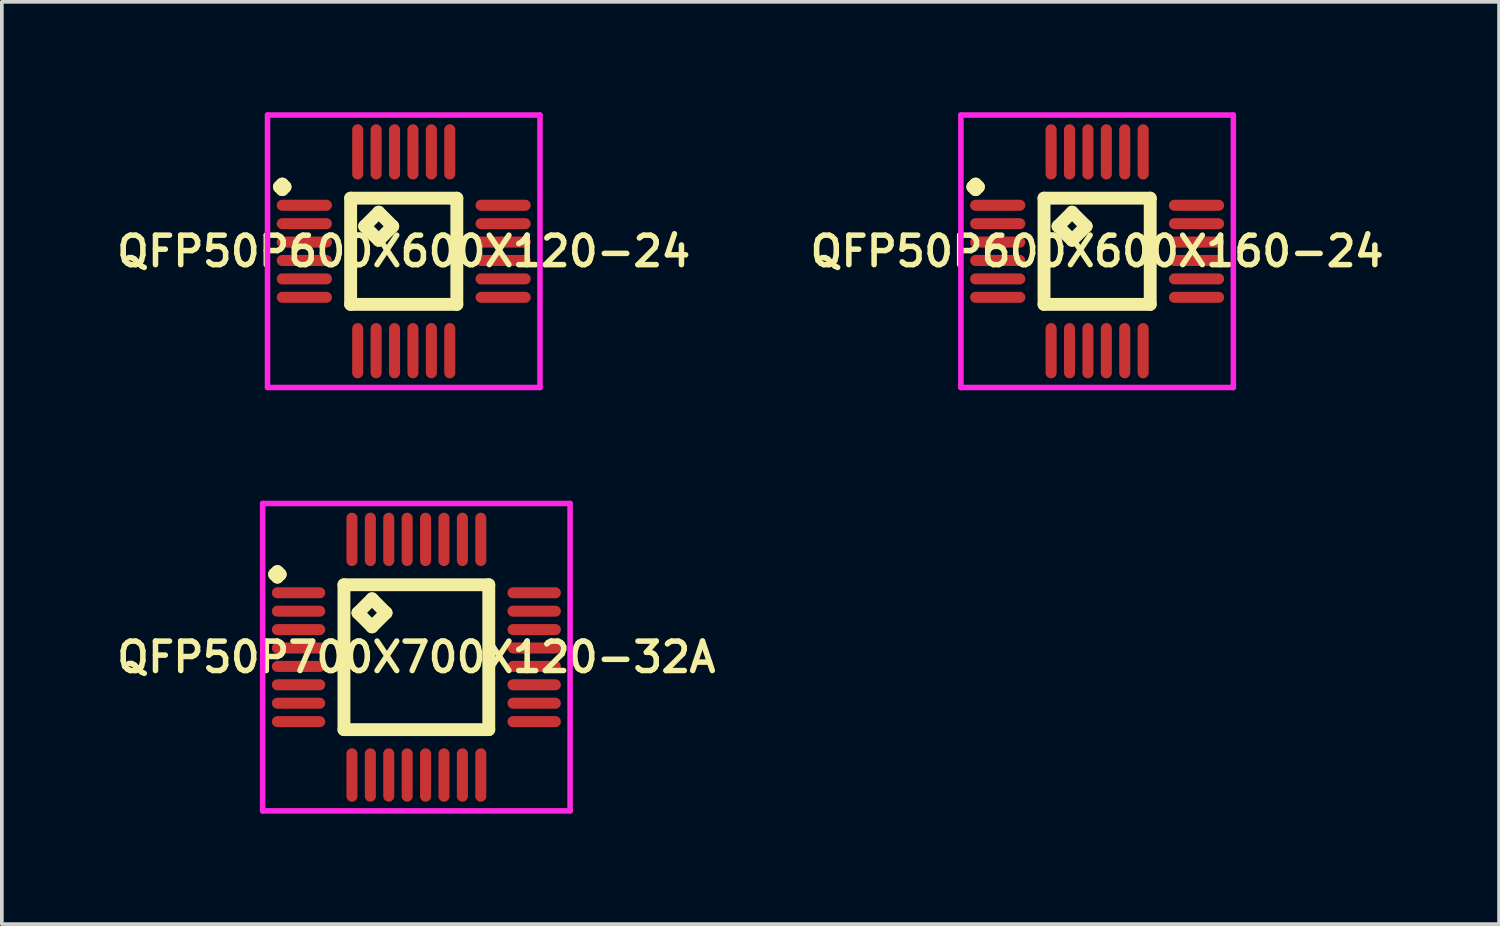
<source format=kicad_pcb>
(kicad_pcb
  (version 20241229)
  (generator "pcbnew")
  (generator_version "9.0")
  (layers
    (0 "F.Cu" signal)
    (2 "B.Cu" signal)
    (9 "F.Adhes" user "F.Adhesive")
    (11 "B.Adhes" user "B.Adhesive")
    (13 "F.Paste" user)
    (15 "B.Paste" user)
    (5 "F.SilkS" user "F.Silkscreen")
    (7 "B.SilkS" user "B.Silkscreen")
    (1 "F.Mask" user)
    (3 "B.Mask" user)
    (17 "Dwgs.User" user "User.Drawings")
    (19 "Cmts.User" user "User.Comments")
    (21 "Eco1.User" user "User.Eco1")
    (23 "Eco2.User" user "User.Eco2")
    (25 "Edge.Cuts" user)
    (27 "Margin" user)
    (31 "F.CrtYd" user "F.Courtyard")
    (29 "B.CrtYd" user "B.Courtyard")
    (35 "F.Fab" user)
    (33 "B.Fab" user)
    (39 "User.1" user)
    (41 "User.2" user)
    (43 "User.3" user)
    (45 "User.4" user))
  (footprint "QFP50P700X700X120-32A"
    (layer "F.Cu")
    (at 8.259 14.8)
    (property "Reference" "QFP50P700X700X120-32A" (at 0 0 0) (layer "F.SilkS") (effects (font (size 0.8 0.8) (thickness 0.15))))
    (attr smd)
    (fp_line (start -3.85 -2.25) (end -3.775 -2.325) (stroke (width 0.35) (type solid)) (layer "F.SilkS"))
    (fp_line (start -3.775 -2.325) (end -3.7 -2.25) (stroke (width 0.35) (type solid)) (layer "F.SilkS"))
    (fp_line (start -3.775 -2.175) (end -3.85 -2.25) (stroke (width 0.35) (type solid)) (layer "F.SilkS"))
    (fp_line (start -3.7 -2.25) (end -3.775 -2.175) (stroke (width 0.35) (type solid)) (layer "F.SilkS"))
    (fp_line (start -1.967 -1.967) (end -1.967 1.967) (stroke (width 0.35) (type solid)) (layer "F.SilkS"))
    (fp_line (start -1.967 1.967) (end 1.967 1.967) (stroke (width 0.35) (type solid)) (layer "F.SilkS"))
    (fp_line (start -1.586 -1.205) (end -1.205 -1.586) (stroke (width 0.35) (type solid)) (layer "F.SilkS"))
    (fp_line (start -1.205 -1.586) (end -0.824 -1.205) (stroke (width 0.35) (type solid)) (layer "F.SilkS"))
    (fp_line (start -1.205 -0.824) (end -1.586 -1.205) (stroke (width 0.35) (type solid)) (layer "F.SilkS"))
    (fp_line (start -0.824 -1.205) (end -1.205 -0.824) (stroke (width 0.35) (type solid)) (layer "F.SilkS"))
    (fp_line (start 1.967 -1.967) (end -1.967 -1.967) (stroke (width 0.35) (type solid)) (layer "F.SilkS"))
    (fp_line (start 1.967 1.967) (end 1.967 -1.967) (stroke (width 0.35) (type solid)) (layer "F.SilkS"))
    (fp_line (start -4.175 -4.175) (end 4.175 -4.175) (stroke (width 0.15) (type solid)) (layer "F.CrtYd"))
    (fp_line (start -4.175 4.175) (end -4.175 -4.175) (stroke (width 0.15) (type solid)) (layer "F.CrtYd"))
    (fp_line (start 4.175 -4.175) (end 4.175 4.175) (stroke (width 0.15) (type solid)) (layer "F.CrtYd"))
    (fp_line (start 4.175 4.175) (end -4.175 4.175) (stroke (width 0.15) (type solid)) (layer "F.CrtYd"))
    (pad "1" smd oval (at -3.2 -1.75) (size 1.45 0.3) (layers "F.Cu" "F.Mask" "F.Paste"))
    (pad "2" smd oval (at -3.2 -1.25) (size 1.45 0.3) (layers "F.Cu" "F.Mask" "F.Paste"))
    (pad "3" smd oval (at -3.2 -0.75) (size 1.45 0.3) (layers "F.Cu" "F.Mask" "F.Paste"))
    (pad "4" smd oval (at -3.2 -0.25) (size 1.45 0.3) (layers "F.Cu" "F.Mask" "F.Paste"))
    (pad "5" smd oval (at -3.2 0.25) (size 1.45 0.3) (layers "F.Cu" "F.Mask" "F.Paste"))
    (pad "6" smd oval (at -3.2 0.75) (size 1.45 0.3) (layers "F.Cu" "F.Mask" "F.Paste"))
    (pad "7" smd oval (at -3.2 1.25) (size 1.45 0.3) (layers "F.Cu" "F.Mask" "F.Paste"))
    (pad "8" smd oval (at -3.2 1.75) (size 1.45 0.3) (layers "F.Cu" "F.Mask" "F.Paste"))
    (pad "9" smd oval (at -1.75 3.2) (size 0.3 1.45) (layers "F.Cu" "F.Mask" "F.Paste"))
    (pad "10" smd oval (at -1.25 3.2) (size 0.3 1.45) (layers "F.Cu" "F.Mask" "F.Paste"))
    (pad "11" smd oval (at -0.75 3.2) (size 0.3 1.45) (layers "F.Cu" "F.Mask" "F.Paste"))
    (pad "12" smd oval (at -0.25 3.2) (size 0.3 1.45) (layers "F.Cu" "F.Mask" "F.Paste"))
    (pad "13" smd oval (at 0.25 3.2) (size 0.3 1.45) (layers "F.Cu" "F.Mask" "F.Paste"))
    (pad "14" smd oval (at 0.75 3.2) (size 0.3 1.45) (layers "F.Cu" "F.Mask" "F.Paste"))
    (pad "15" smd oval (at 1.25 3.2) (size 0.3 1.45) (layers "F.Cu" "F.Mask" "F.Paste"))
    (pad "16" smd oval (at 1.75 3.2) (size 0.3 1.45) (layers "F.Cu" "F.Mask" "F.Paste"))
    (pad "17" smd oval (at 3.2 1.75) (size 1.45 0.3) (layers "F.Cu" "F.Mask" "F.Paste"))
    (pad "18" smd oval (at 3.2 1.25) (size 1.45 0.3) (layers "F.Cu" "F.Mask" "F.Paste"))
    (pad "19" smd oval (at 3.2 0.75) (size 1.45 0.3) (layers "F.Cu" "F.Mask" "F.Paste"))
    (pad "20" smd oval (at 3.2 0.25) (size 1.45 0.3) (layers "F.Cu" "F.Mask" "F.Paste"))
    (pad "21" smd oval (at 3.2 -0.25) (size 1.45 0.3) (layers "F.Cu" "F.Mask" "F.Paste"))
    (pad "22" smd oval (at 3.2 -0.75) (size 1.45 0.3) (layers "F.Cu" "F.Mask" "F.Paste"))
    (pad "23" smd oval (at 3.2 -1.25) (size 1.45 0.3) (layers "F.Cu" "F.Mask" "F.Paste"))
    (pad "24" smd oval (at 3.2 -1.75) (size 1.45 0.3) (layers "F.Cu" "F.Mask" "F.Paste"))
    (pad "25" smd oval (at 1.75 -3.2) (size 0.3 1.45) (layers "F.Cu" "F.Mask" "F.Paste"))
    (pad "26" smd oval (at 1.25 -3.2) (size 0.3 1.45) (layers "F.Cu" "F.Mask" "F.Paste"))
    (pad "27" smd oval (at 0.75 -3.2) (size 0.3 1.45) (layers "F.Cu" "F.Mask" "F.Paste"))
    (pad "28" smd oval (at 0.25 -3.2) (size 0.3 1.45) (layers "F.Cu" "F.Mask" "F.Paste"))
    (pad "29" smd oval (at -0.25 -3.2) (size 0.3 1.45) (layers "F.Cu" "F.Mask" "F.Paste"))
    (pad "30" smd oval (at -0.75 -3.2) (size 0.3 1.45) (layers "F.Cu" "F.Mask" "F.Paste"))
    (pad "31" smd oval (at -1.25 -3.2) (size 0.3 1.45) (layers "F.Cu" "F.Mask" "F.Paste"))
    (pad "32" smd oval (at -1.75 -3.2) (size 0.3 1.45) (layers "F.Cu" "F.Mask" "F.Paste")))
  (footprint "QFP50P600X600X160-24"
    (layer "F.Cu")
    (at 26.749 3.775)
    (property "Reference" "QFP50P600X600X160-24" (at 0 0 0) (layer "F.SilkS") (effects (font (size 0.8 0.8) (thickness 0.15))))
    (attr smd)
    (fp_line (start -3.375 -1.75) (end -3.3 -1.825) (stroke (width 0.35) (type solid)) (layer "F.SilkS"))
    (fp_line (start -3.3 -1.825) (end -3.225 -1.75) (stroke (width 0.35) (type solid)) (layer "F.SilkS"))
    (fp_line (start -3.3 -1.675) (end -3.375 -1.75) (stroke (width 0.35) (type solid)) (layer "F.SilkS"))
    (fp_line (start -3.225 -1.75) (end -3.3 -1.675) (stroke (width 0.35) (type solid)) (layer "F.SilkS"))
    (fp_line (start -1.442 -1.442) (end -1.442 1.442) (stroke (width 0.35) (type solid)) (layer "F.SilkS"))
    (fp_line (start -1.442 1.442) (end 1.442 1.442) (stroke (width 0.35) (type solid)) (layer "F.SilkS"))
    (fp_line (start -1.061 -0.68) (end -0.68 -1.061) (stroke (width 0.35) (type solid)) (layer "F.SilkS"))
    (fp_line (start -0.68 -1.061) (end -0.299 -0.68) (stroke (width 0.35) (type solid)) (layer "F.SilkS"))
    (fp_line (start -0.68 -0.299) (end -1.061 -0.68) (stroke (width 0.35) (type solid)) (layer "F.SilkS"))
    (fp_line (start -0.299 -0.68) (end -0.68 -0.299) (stroke (width 0.35) (type solid)) (layer "F.SilkS"))
    (fp_line (start 1.442 -1.442) (end -1.442 -1.442) (stroke (width 0.35) (type solid)) (layer "F.SilkS"))
    (fp_line (start 1.442 1.442) (end 1.442 -1.442) (stroke (width 0.35) (type solid)) (layer "F.SilkS"))
    (fp_line (start -3.7 -3.7) (end 3.7 -3.7) (stroke (width 0.15) (type solid)) (layer "F.CrtYd"))
    (fp_line (start -3.7 3.7) (end -3.7 -3.7) (stroke (width 0.15) (type solid)) (layer "F.CrtYd"))
    (fp_line (start 3.7 -3.7) (end 3.7 3.7) (stroke (width 0.15) (type solid)) (layer "F.CrtYd"))
    (fp_line (start 3.7 3.7) (end -3.7 3.7) (stroke (width 0.15) (type solid)) (layer "F.CrtYd"))
    (pad "1" smd oval (at -2.7 -1.25) (size 1.5 0.3) (layers "F.Cu" "F.Mask" "F.Paste"))
    (pad "2" smd oval (at -2.7 -0.75) (size 1.5 0.3) (layers "F.Cu" "F.Mask" "F.Paste"))
    (pad "3" smd oval (at -2.7 -0.25) (size 1.5 0.3) (layers "F.Cu" "F.Mask" "F.Paste"))
    (pad "4" smd oval (at -2.7 0.25) (size 1.5 0.3) (layers "F.Cu" "F.Mask" "F.Paste"))
    (pad "5" smd oval (at -2.7 0.75) (size 1.5 0.3) (layers "F.Cu" "F.Mask" "F.Paste"))
    (pad "6" smd oval (at -2.7 1.25) (size 1.5 0.3) (layers "F.Cu" "F.Mask" "F.Paste"))
    (pad "7" smd oval (at -1.25 2.7) (size 0.3 1.5) (layers "F.Cu" "F.Mask" "F.Paste"))
    (pad "8" smd oval (at -0.75 2.7) (size 0.3 1.5) (layers "F.Cu" "F.Mask" "F.Paste"))
    (pad "9" smd oval (at -0.25 2.7) (size 0.3 1.5) (layers "F.Cu" "F.Mask" "F.Paste"))
    (pad "10" smd oval (at 0.25 2.7) (size 0.3 1.5) (layers "F.Cu" "F.Mask" "F.Paste"))
    (pad "11" smd oval (at 0.75 2.7) (size 0.3 1.5) (layers "F.Cu" "F.Mask" "F.Paste"))
    (pad "12" smd oval (at 1.25 2.7) (size 0.3 1.5) (layers "F.Cu" "F.Mask" "F.Paste"))
    (pad "13" smd oval (at 2.7 1.25) (size 1.5 0.3) (layers "F.Cu" "F.Mask" "F.Paste"))
    (pad "14" smd oval (at 2.7 0.75) (size 1.5 0.3) (layers "F.Cu" "F.Mask" "F.Paste"))
    (pad "15" smd oval (at 2.7 0.25) (size 1.5 0.3) (layers "F.Cu" "F.Mask" "F.Paste"))
    (pad "16" smd oval (at 2.7 -0.25) (size 1.5 0.3) (layers "F.Cu" "F.Mask" "F.Paste"))
    (pad "17" smd oval (at 2.7 -0.75) (size 1.5 0.3) (layers "F.Cu" "F.Mask" "F.Paste"))
    (pad "18" smd oval (at 2.7 -1.25) (size 1.5 0.3) (layers "F.Cu" "F.Mask" "F.Paste"))
    (pad "19" smd oval (at 1.25 -2.7) (size 0.3 1.5) (layers "F.Cu" "F.Mask" "F.Paste"))
    (pad "20" smd oval (at 0.75 -2.7) (size 0.3 1.5) (layers "F.Cu" "F.Mask" "F.Paste"))
    (pad "21" smd oval (at 0.25 -2.7) (size 0.3 1.5) (layers "F.Cu" "F.Mask" "F.Paste"))
    (pad "22" smd oval (at -0.25 -2.7) (size 0.3 1.5) (layers "F.Cu" "F.Mask" "F.Paste"))
    (pad "23" smd oval (at -0.75 -2.7) (size 0.3 1.5) (layers "F.Cu" "F.Mask" "F.Paste"))
    (pad "24" smd oval (at -1.25 -2.7) (size 0.3 1.5) (layers "F.Cu" "F.Mask" "F.Paste")))
  (footprint "QFP50P600X600X120-24"
    (layer "F.Cu")
    (at 7.916 3.775)
    (property "Reference" "QFP50P600X600X120-24" (at 0 0 0) (layer "F.SilkS") (effects (font (size 0.8 0.8) (thickness 0.15))))
    (attr smd)
    (fp_line (start -3.375 -1.75) (end -3.3 -1.825) (stroke (width 0.35) (type solid)) (layer "F.SilkS"))
    (fp_line (start -3.3 -1.825) (end -3.225 -1.75) (stroke (width 0.35) (type solid)) (layer "F.SilkS"))
    (fp_line (start -3.3 -1.675) (end -3.375 -1.75) (stroke (width 0.35) (type solid)) (layer "F.SilkS"))
    (fp_line (start -3.225 -1.75) (end -3.3 -1.675) (stroke (width 0.35) (type solid)) (layer "F.SilkS"))
    (fp_line (start -1.442 -1.442) (end -1.442 1.442) (stroke (width 0.35) (type solid)) (layer "F.SilkS"))
    (fp_line (start -1.442 1.442) (end 1.442 1.442) (stroke (width 0.35) (type solid)) (layer "F.SilkS"))
    (fp_line (start -1.061 -0.68) (end -0.68 -1.061) (stroke (width 0.35) (type solid)) (layer "F.SilkS"))
    (fp_line (start -0.68 -1.061) (end -0.299 -0.68) (stroke (width 0.35) (type solid)) (layer "F.SilkS"))
    (fp_line (start -0.68 -0.299) (end -1.061 -0.68) (stroke (width 0.35) (type solid)) (layer "F.SilkS"))
    (fp_line (start -0.299 -0.68) (end -0.68 -0.299) (stroke (width 0.35) (type solid)) (layer "F.SilkS"))
    (fp_line (start 1.442 -1.442) (end -1.442 -1.442) (stroke (width 0.35) (type solid)) (layer "F.SilkS"))
    (fp_line (start 1.442 1.442) (end 1.442 -1.442) (stroke (width 0.35) (type solid)) (layer "F.SilkS"))
    (fp_line (start -3.7 -3.7) (end 3.7 -3.7) (stroke (width 0.15) (type solid)) (layer "F.CrtYd"))
    (fp_line (start -3.7 3.7) (end -3.7 -3.7) (stroke (width 0.15) (type solid)) (layer "F.CrtYd"))
    (fp_line (start 3.7 -3.7) (end 3.7 3.7) (stroke (width 0.15) (type solid)) (layer "F.CrtYd"))
    (fp_line (start 3.7 3.7) (end -3.7 3.7) (stroke (width 0.15) (type solid)) (layer "F.CrtYd"))
    (pad "1" smd oval (at -2.7 -1.25) (size 1.5 0.3) (layers "F.Cu" "F.Mask" "F.Paste"))
    (pad "2" smd oval (at -2.7 -0.75) (size 1.5 0.3) (layers "F.Cu" "F.Mask" "F.Paste"))
    (pad "3" smd oval (at -2.7 -0.25) (size 1.5 0.3) (layers "F.Cu" "F.Mask" "F.Paste"))
    (pad "4" smd oval (at -2.7 0.25) (size 1.5 0.3) (layers "F.Cu" "F.Mask" "F.Paste"))
    (pad "5" smd oval (at -2.7 0.75) (size 1.5 0.3) (layers "F.Cu" "F.Mask" "F.Paste"))
    (pad "6" smd oval (at -2.7 1.25) (size 1.5 0.3) (layers "F.Cu" "F.Mask" "F.Paste"))
    (pad "7" smd oval (at -1.25 2.7) (size 0.3 1.5) (layers "F.Cu" "F.Mask" "F.Paste"))
    (pad "8" smd oval (at -0.75 2.7) (size 0.3 1.5) (layers "F.Cu" "F.Mask" "F.Paste"))
    (pad "9" smd oval (at -0.25 2.7) (size 0.3 1.5) (layers "F.Cu" "F.Mask" "F.Paste"))
    (pad "10" smd oval (at 0.25 2.7) (size 0.3 1.5) (layers "F.Cu" "F.Mask" "F.Paste"))
    (pad "11" smd oval (at 0.75 2.7) (size 0.3 1.5) (layers "F.Cu" "F.Mask" "F.Paste"))
    (pad "12" smd oval (at 1.25 2.7) (size 0.3 1.5) (layers "F.Cu" "F.Mask" "F.Paste"))
    (pad "13" smd oval (at 2.7 1.25) (size 1.5 0.3) (layers "F.Cu" "F.Mask" "F.Paste"))
    (pad "14" smd oval (at 2.7 0.75) (size 1.5 0.3) (layers "F.Cu" "F.Mask" "F.Paste"))
    (pad "15" smd oval (at 2.7 0.25) (size 1.5 0.3) (layers "F.Cu" "F.Mask" "F.Paste"))
    (pad "16" smd oval (at 2.7 -0.25) (size 1.5 0.3) (layers "F.Cu" "F.Mask" "F.Paste"))
    (pad "17" smd oval (at 2.7 -0.75) (size 1.5 0.3) (layers "F.Cu" "F.Mask" "F.Paste"))
    (pad "18" smd oval (at 2.7 -1.25) (size 1.5 0.3) (layers "F.Cu" "F.Mask" "F.Paste"))
    (pad "19" smd oval (at 1.25 -2.7) (size 0.3 1.5) (layers "F.Cu" "F.Mask" "F.Paste"))
    (pad "20" smd oval (at 0.75 -2.7) (size 0.3 1.5) (layers "F.Cu" "F.Mask" "F.Paste"))
    (pad "21" smd oval (at 0.25 -2.7) (size 0.3 1.5) (layers "F.Cu" "F.Mask" "F.Paste"))
    (pad "22" smd oval (at -0.25 -2.7) (size 0.3 1.5) (layers "F.Cu" "F.Mask" "F.Paste"))
    (pad "23" smd oval (at -0.75 -2.7) (size 0.3 1.5) (layers "F.Cu" "F.Mask" "F.Paste"))
    (pad "24" smd oval (at -1.25 -2.7) (size 0.3 1.5) (layers "F.Cu" "F.Mask" "F.Paste")))
  (gr_rect
    (start -3 -3)
    (end 37.666 22.05)
    (stroke (width 0.1) (type default))
    (fill no)
    (layer "Edge.Cuts")))
</source>
